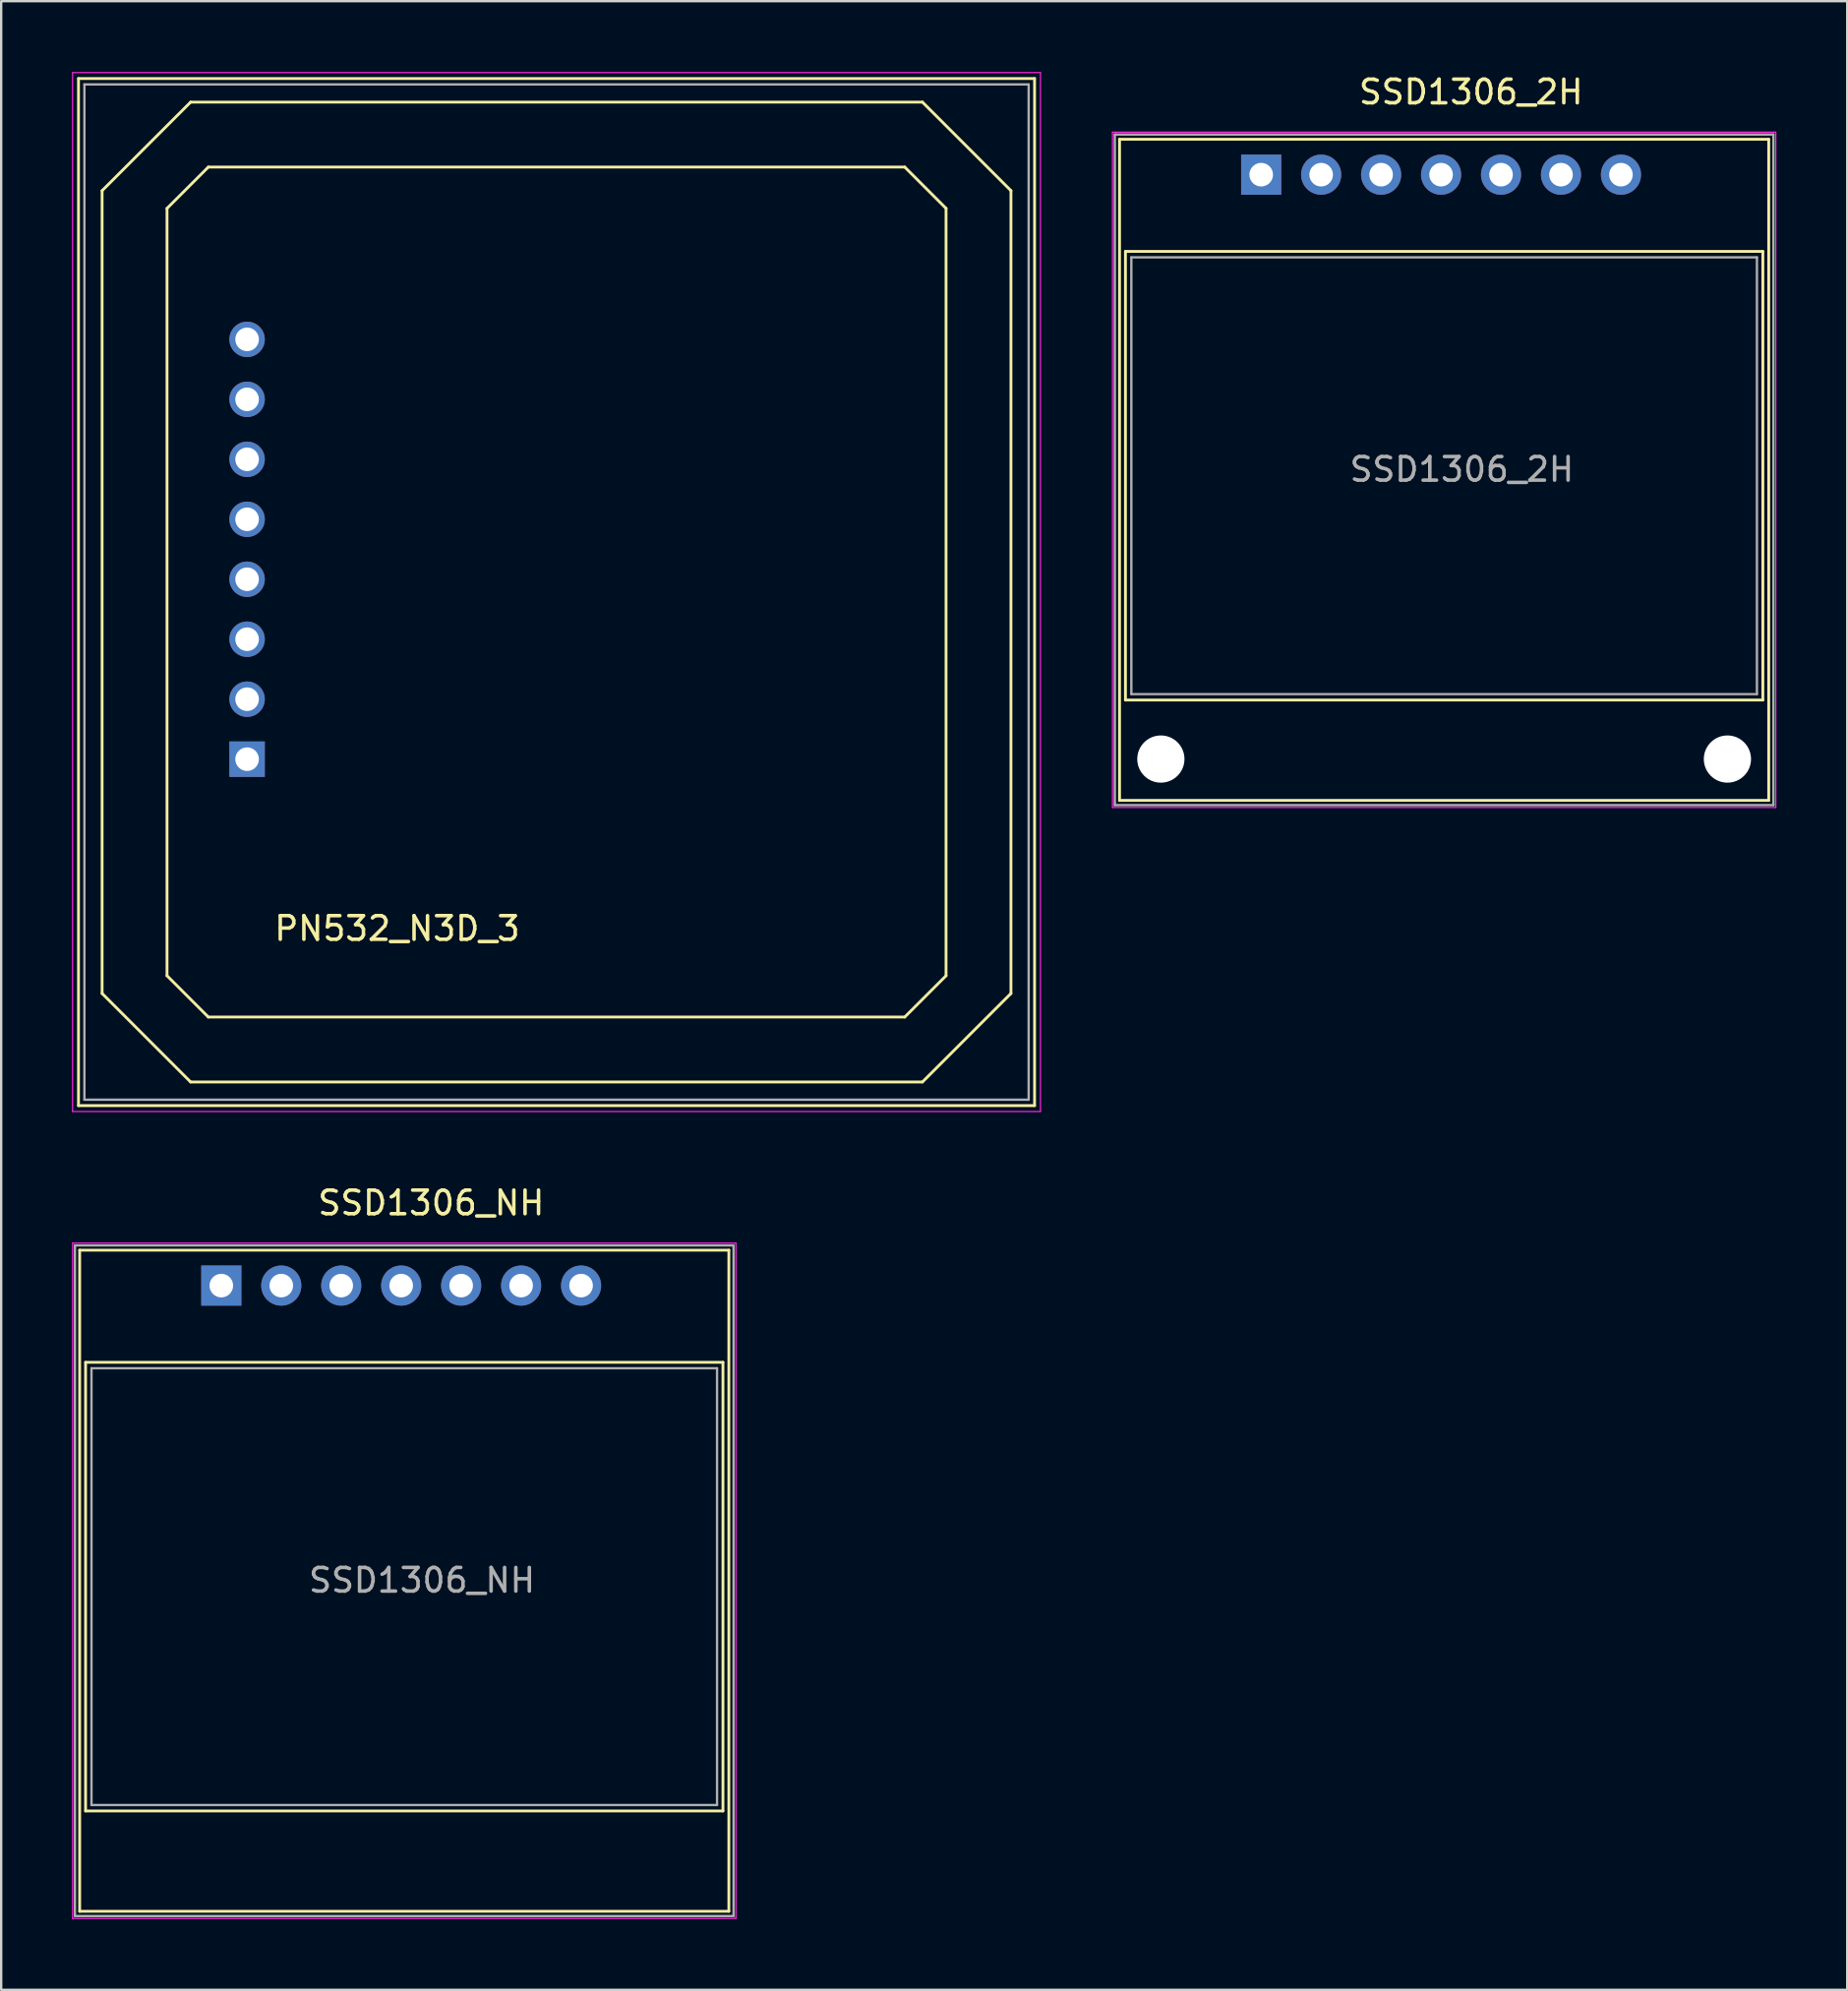
<source format=kicad_pcb>
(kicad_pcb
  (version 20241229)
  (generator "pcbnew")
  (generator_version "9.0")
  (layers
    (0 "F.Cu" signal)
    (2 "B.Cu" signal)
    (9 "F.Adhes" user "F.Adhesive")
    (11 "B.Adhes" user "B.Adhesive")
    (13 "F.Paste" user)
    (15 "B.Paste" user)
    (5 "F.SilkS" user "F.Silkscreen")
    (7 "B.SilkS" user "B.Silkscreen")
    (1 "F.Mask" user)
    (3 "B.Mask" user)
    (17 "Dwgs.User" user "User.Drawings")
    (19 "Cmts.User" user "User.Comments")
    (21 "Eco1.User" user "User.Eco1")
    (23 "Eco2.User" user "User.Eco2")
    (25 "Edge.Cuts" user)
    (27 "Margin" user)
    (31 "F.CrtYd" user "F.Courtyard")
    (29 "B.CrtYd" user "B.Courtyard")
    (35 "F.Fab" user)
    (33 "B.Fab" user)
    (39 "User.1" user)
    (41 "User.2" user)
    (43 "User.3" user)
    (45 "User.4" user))
  (footprint "PN532_N3D_3"
    (layer "F.Cu")
    (at 0.525 0.525)
    (property "Reference" "PN532_N3D_3" (at 13.25 35.75 0) (layer "F.SilkS") (effects (font (size 1 1) (thickness 0.15))))
    (attr through_hole)
    (fp_line (start -0.25 -0.25) (end -0.25 43.25) (stroke (width 0.12) (type solid)) (layer "F.SilkS"))
    (fp_line (start -0.25 -0.25) (end 40.25 -0.25) (stroke (width 0.12) (type solid)) (layer "F.SilkS"))
    (fp_line (start 0.75 4.5) (end 4.5 0.75) (stroke (width 0.12) (type solid)) (layer "F.SilkS"))
    (fp_line (start 0.75 38.5) (end 0.75 4.5) (stroke (width 0.12) (type solid)) (layer "F.SilkS"))
    (fp_line (start 3.5 5.25) (end 5.25 3.5) (stroke (width 0.12) (type solid)) (layer "F.SilkS"))
    (fp_line (start 3.5 37.75) (end 3.5 5.25) (stroke (width 0.12) (type solid)) (layer "F.SilkS"))
    (fp_line (start 4.5 42.25) (end 0.75 38.5) (stroke (width 0.12) (type solid)) (layer "F.SilkS"))
    (fp_line (start 5.25 39.5) (end 3.5 37.75) (stroke (width 0.12) (type solid)) (layer "F.SilkS"))
    (fp_line (start 34.75 3.5) (end 5.25 3.5) (stroke (width 0.12) (type solid)) (layer "F.SilkS"))
    (fp_line (start 34.75 3.5) (end 36.5 5.25) (stroke (width 0.12) (type solid)) (layer "F.SilkS"))
    (fp_line (start 34.75 39.5) (end 5.25 39.5) (stroke (width 0.12) (type solid)) (layer "F.SilkS"))
    (fp_line (start 34.75 39.5) (end 36.5 37.75) (stroke (width 0.12) (type solid)) (layer "F.SilkS"))
    (fp_line (start 35.5 0.75) (end 4.5 0.75) (stroke (width 0.12) (type solid)) (layer "F.SilkS"))
    (fp_line (start 35.5 0.75) (end 39.25 4.5) (stroke (width 0.12) (type solid)) (layer "F.SilkS"))
    (fp_line (start 35.5 42.25) (end 4.5 42.25) (stroke (width 0.12) (type solid)) (layer "F.SilkS"))
    (fp_line (start 36.5 37.75) (end 36.5 5.25) (stroke (width 0.12) (type solid)) (layer "F.SilkS"))
    (fp_line (start 39.25 4.5) (end 39.25 38.5) (stroke (width 0.12) (type solid)) (layer "F.SilkS"))
    (fp_line (start 39.25 38.5) (end 35.5 42.25) (stroke (width 0.12) (type solid)) (layer "F.SilkS"))
    (fp_line (start 40.25 -0.25) (end 40.25 43.25) (stroke (width 0.12) (type solid)) (layer "F.SilkS"))
    (fp_line (start 40.25 43.25) (end -0.25 43.25) (stroke (width 0.12) (type solid)) (layer "F.SilkS"))
    (fp_line (start -0.5 -0.5) (end 40.5 -0.5) (stroke (width 0.05) (type solid)) (layer "F.CrtYd"))
    (fp_line (start -0.5 43.5) (end -0.5 -0.5) (stroke (width 0.05) (type solid)) (layer "F.CrtYd"))
    (fp_line (start 40.5 -0.5) (end 40.5 43.5) (stroke (width 0.05) (type solid)) (layer "F.CrtYd"))
    (fp_line (start 40.5 43.5) (end -0.5 43.5) (stroke (width 0.05) (type solid)) (layer "F.CrtYd"))
    (fp_line (start 0 0) (end 40 0) (stroke (width 0.1) (type solid)) (layer "F.Fab"))
    (fp_line (start 0 43) (end 0 0) (stroke (width 0.1) (type solid)) (layer "F.Fab"))
    (fp_line (start 40 0) (end 40 43) (stroke (width 0.1) (type solid)) (layer "F.Fab"))
    (fp_line (start 40 43) (end 0 43) (stroke (width 0.1) (type solid)) (layer "F.Fab"))
    (pad "1" thru_hole rect (at 6.892 28.578 180) (size 1.5 1.5) (drill 1) (layers "*.Cu" "*.Mask"))
    (pad "2" thru_hole circle (at 6.892 26.038 180) (size 1.5 1.5) (drill 1) (layers "*.Cu" "*.Mask"))
    (pad "3" thru_hole circle (at 6.892 23.498 180) (size 1.5 1.5) (drill 1) (layers "*.Cu" "*.Mask"))
    (pad "4" thru_hole circle (at 6.892 20.958 180) (size 1.5 1.5) (drill 1) (layers "*.Cu" "*.Mask"))
    (pad "5" thru_hole circle (at 6.892 18.418 180) (size 1.5 1.5) (drill 1) (layers "*.Cu" "*.Mask"))
    (pad "6" thru_hole circle (at 6.892 15.878 180) (size 1.5 1.5) (drill 1) (layers "*.Cu" "*.Mask"))
    (pad "7" thru_hole circle (at 6.892 13.338 180) (size 1.5 1.5) (drill 1) (layers "*.Cu" "*.Mask"))
    (pad "8" thru_hole circle (at 6.892 10.798 180) (size 1.5 1.5) (drill 1) (layers "*.Cu" "*.Mask")))
  (footprint "SSD1306_NH"
    (layer "F.Cu")
    (at 0.325 49.898)
    (property "Reference" "SSD1306_NH" (at 14.89 -2 0) (layer "F.SilkS") (effects (font (size 1 1) (thickness 0.15))))
    (attr through_hole)
    (fp_line (start 0 0) (end 0 28) (stroke (width 0.12) (type solid)) (layer "F.SilkS"))
    (fp_line (start 0 0) (end 27.5 0) (stroke (width 0.12) (type solid)) (layer "F.SilkS"))
    (fp_line (start 0 28) (end 27.5 28) (stroke (width 0.12) (type solid)) (layer "F.SilkS"))
    (fp_line (start 0.25 4.75) (end 0.25 23.75) (stroke (width 0.12) (type solid)) (layer "F.SilkS"))
    (fp_line (start 0.25 4.75) (end 27.25 4.75) (stroke (width 0.12) (type solid)) (layer "F.SilkS"))
    (fp_line (start 0.25 23.75) (end 27.25 23.75) (stroke (width 0.12) (type solid)) (layer "F.SilkS"))
    (fp_line (start 27.25 4.75) (end 27.25 23.75) (stroke (width 0.12) (type solid)) (layer "F.SilkS"))
    (fp_line (start 27.5 0) (end 27.5 28) (stroke (width 0.12) (type solid)) (layer "F.SilkS"))
    (fp_line (start -0.3 -0.3) (end -0.3 28.3) (stroke (width 0.05) (type solid)) (layer "F.CrtYd"))
    (fp_line (start 27.8 -0.3) (end -0.3 -0.3) (stroke (width 0.05) (type solid)) (layer "F.CrtYd"))
    (fp_line (start 27.8 -0.3) (end 27.8 28.3) (stroke (width 0.05) (type solid)) (layer "F.CrtYd"))
    (fp_line (start 27.8 28.3) (end -0.3 28.3) (stroke (width 0.05) (type solid)) (layer "F.CrtYd"))
    (fp_line (start -0.2 -0.2) (end -0.2 28.2) (stroke (width 0.1) (type solid)) (layer "F.Fab"))
    (fp_line (start -0.2 -0.2) (end 27.7 -0.2) (stroke (width 0.1) (type solid)) (layer "F.Fab"))
    (fp_line (start -0.2 28.2) (end 27.7 28.2) (stroke (width 0.1) (type solid)) (layer "F.Fab"))
    (fp_line (start 0.5 5) (end 0.5 23.5) (stroke (width 0.1) (type solid)) (layer "F.Fab"))
    (fp_line (start 0.5 5) (end 27 5) (stroke (width 0.1) (type solid)) (layer "F.Fab"))
    (fp_line (start 0.5 23.5) (end 27 23.5) (stroke (width 0.1) (type solid)) (layer "F.Fab"))
    (fp_line (start 27 5) (end 27 23.5) (stroke (width 0.1) (type solid)) (layer "F.Fab"))
    (fp_line (start 27.7 -0.2) (end 27.7 28.2) (stroke (width 0.1) (type solid)) (layer "F.Fab"))
    (fp_text user "${REFERENCE}" (at 14.5 13.982 0) (layer "F.Fab") (effects (font (size 1 1) (thickness 0.15))))
    (pad "1" thru_hole rect (at 6 1.5) (size 1.7 1.7) (drill 1) (layers "*.Cu" "*.Mask"))
    (pad "2" thru_hole circle (at 8.54 1.5) (size 1.7 1.7) (drill 1) (layers "*.Cu" "*.Mask"))
    (pad "3" thru_hole circle (at 11.08 1.5) (size 1.7 1.7) (drill 1) (layers "*.Cu" "*.Mask"))
    (pad "4" thru_hole circle (at 13.62 1.5) (size 1.7 1.7) (drill 1) (layers "*.Cu" "*.Mask"))
    (pad "5" thru_hole circle (at 16.16 1.5) (size 1.7 1.7) (drill 1) (layers "*.Cu" "*.Mask"))
    (pad "6" thru_hole circle (at 18.7 1.5) (size 1.7 1.7) (drill 1) (layers "*.Cu" "*.Mask"))
    (pad "7" thru_hole circle (at 21.24 1.5) (size 1.7 1.7) (drill 1) (layers "*.Cu" "*.Mask")))
  (footprint "SSD1306_2H"
    (layer "F.Cu")
    (at 44.375 2.848)
    (property "Reference" "SSD1306_2H" (at 14.89 -2 0) (layer "F.SilkS") (effects (font (size 1 1) (thickness 0.15))))
    (attr through_hole)
    (fp_line (start 0 0) (end 0 28) (stroke (width 0.12) (type solid)) (layer "F.SilkS"))
    (fp_line (start 0 0) (end 27.5 0) (stroke (width 0.12) (type solid)) (layer "F.SilkS"))
    (fp_line (start 0 28) (end 27.5 28) (stroke (width 0.12) (type solid)) (layer "F.SilkS"))
    (fp_line (start 0.25 4.75) (end 0.25 23.75) (stroke (width 0.12) (type solid)) (layer "F.SilkS"))
    (fp_line (start 0.25 4.75) (end 27.25 4.75) (stroke (width 0.12) (type solid)) (layer "F.SilkS"))
    (fp_line (start 0.25 23.75) (end 27.25 23.75) (stroke (width 0.12) (type solid)) (layer "F.SilkS"))
    (fp_line (start 27.25 4.75) (end 27.25 23.75) (stroke (width 0.12) (type solid)) (layer "F.SilkS"))
    (fp_line (start 27.5 0) (end 27.5 28) (stroke (width 0.12) (type solid)) (layer "F.SilkS"))
    (fp_line (start -0.3 -0.3) (end -0.3 28.3) (stroke (width 0.05) (type solid)) (layer "F.CrtYd"))
    (fp_line (start 27.8 -0.3) (end -0.3 -0.3) (stroke (width 0.05) (type solid)) (layer "F.CrtYd"))
    (fp_line (start 27.8 -0.3) (end 27.8 28.3) (stroke (width 0.05) (type solid)) (layer "F.CrtYd"))
    (fp_line (start 27.8 28.3) (end -0.3 28.3) (stroke (width 0.05) (type solid)) (layer "F.CrtYd"))
    (fp_line (start -0.2 -0.2) (end -0.2 28.2) (stroke (width 0.1) (type solid)) (layer "F.Fab"))
    (fp_line (start -0.2 -0.2) (end 27.7 -0.2) (stroke (width 0.1) (type solid)) (layer "F.Fab"))
    (fp_line (start -0.2 28.2) (end 27.7 28.2) (stroke (width 0.1) (type solid)) (layer "F.Fab"))
    (fp_line (start 0.5 5) (end 0.5 23.5) (stroke (width 0.1) (type solid)) (layer "F.Fab"))
    (fp_line (start 0.5 5) (end 27 5) (stroke (width 0.1) (type solid)) (layer "F.Fab"))
    (fp_line (start 0.5 23.5) (end 27 23.5) (stroke (width 0.1) (type solid)) (layer "F.Fab"))
    (fp_line (start 27 5) (end 27 23.5) (stroke (width 0.1) (type solid)) (layer "F.Fab"))
    (fp_line (start 27.7 -0.2) (end 27.7 28.2) (stroke (width 0.1) (type solid)) (layer "F.Fab"))
    (fp_text user "${REFERENCE}" (at 14.5 13.982 0) (layer "F.Fab") (effects (font (size 1 1) (thickness 0.15))))
    (pad "" np_thru_hole circle (at 1.75 26.25) (size 2 2) (drill 2) (layers "*.Cu" "*.Mask"))
    (pad "" np_thru_hole circle (at 25.75 26.25) (size 2 2) (drill 2) (layers "*.Cu" "*.Mask"))
    (pad "1" thru_hole rect (at 6 1.5) (size 1.7 1.7) (drill 1) (layers "*.Cu" "*.Mask"))
    (pad "2" thru_hole circle (at 8.54 1.5) (size 1.7 1.7) (drill 1) (layers "*.Cu" "*.Mask"))
    (pad "3" thru_hole circle (at 11.08 1.5) (size 1.7 1.7) (drill 1) (layers "*.Cu" "*.Mask"))
    (pad "4" thru_hole circle (at 13.62 1.5) (size 1.7 1.7) (drill 1) (layers "*.Cu" "*.Mask"))
    (pad "5" thru_hole circle (at 16.16 1.5) (size 1.7 1.7) (drill 1) (layers "*.Cu" "*.Mask"))
    (pad "6" thru_hole circle (at 18.7 1.5) (size 1.7 1.7) (drill 1) (layers "*.Cu" "*.Mask"))
    (pad "7" thru_hole circle (at 21.24 1.5) (size 1.7 1.7) (drill 1) (layers "*.Cu" "*.Mask")))
  (gr_rect
    (start -3 -3)
    (end 75.2 81.223)
    (stroke (width 0.1) (type default))
    (fill no)
    (layer "Edge.Cuts")))
</source>
